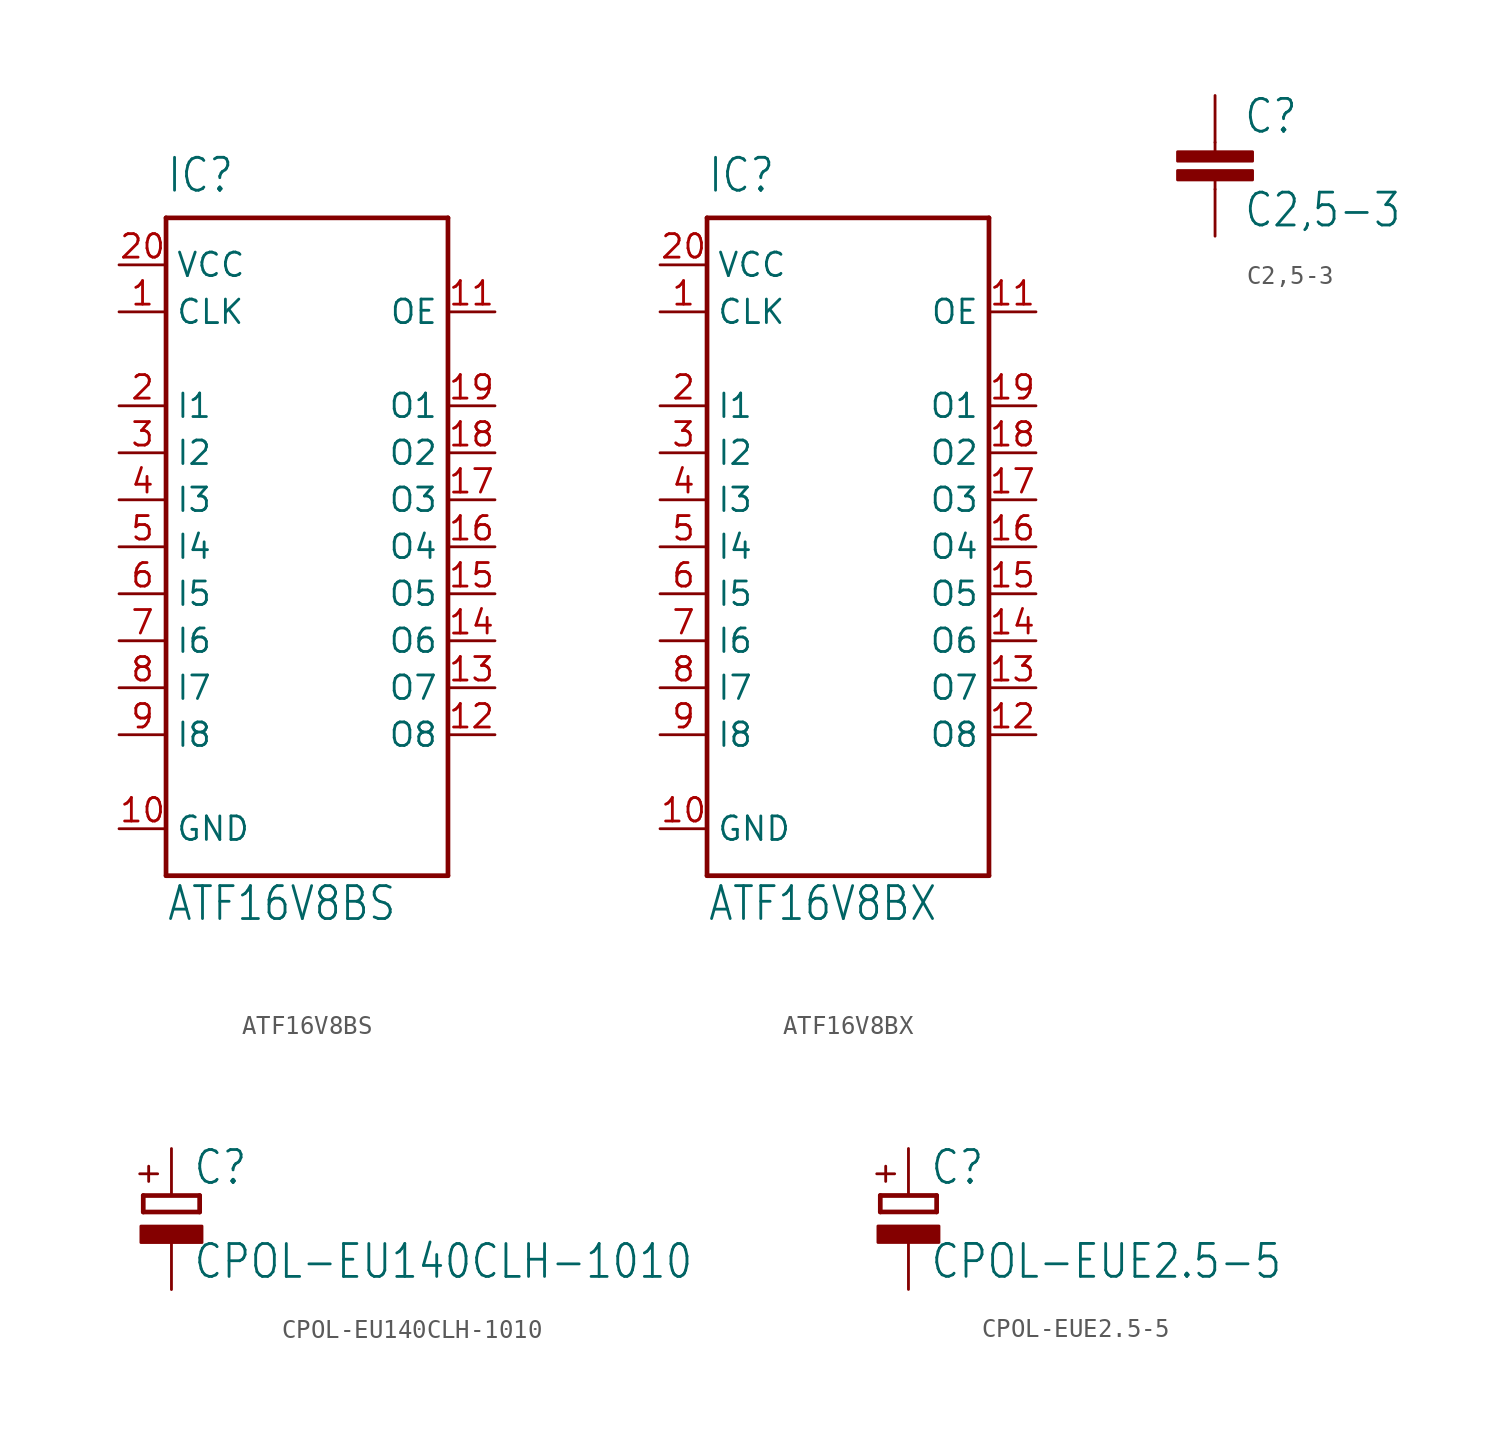
<source format=kicad_sym>
(kicad_symbol_lib
  (version 20220914)
  (generator kicad_symbol_editor)
  (symbol "ATF16V8BS"
    (property "Reference" "IC"
      (at -7.62 19.05 0)
      (effects (font (size 1.778 1.511)) (justify left bottom)))
    (property "Value" "ATF16V8BS"
      (at -7.62 -20.32 0)
      (effects (font (size 1.778 1.511)) (justify left bottom)))
    (property "ki_locked" ""
      (at 0 0 0)
      (effects (font (size 1.27 1.27))))
    (symbol "ATF16V8BS_1_0"
      (polyline (pts (xy -7.62 -17.78) (xy -7.62 17.78)) (stroke (width 0.254) (type default)) (fill (type none)))
      (polyline (pts (xy -7.62 17.78) (xy 7.62 17.78)) (stroke (width 0.254) (type default)) (fill (type none)))
      (polyline (pts (xy 7.62 -17.78) (xy -7.62 -17.78)) (stroke (width 0.254) (type default)) (fill (type none)))
      (polyline (pts (xy 7.62 17.78) (xy 7.62 -17.78)) (stroke (width 0.254) (type default)) (fill (type none)))
      (pin input line (at -10.16 12.7 0) (length 2.54) (name "CLK" (effects (font (size 1.27 1.27)))) (number "1" (effects (font (size 1.27 1.27)))))
      (pin power_in line (at -10.16 -15.24 0) (length 2.54) (name "GND" (effects (font (size 1.27 1.27)))) (number "10" (effects (font (size 1.27 1.27)))))
      (pin input line (at 10.16 12.7 180) (length 2.54) (name "OE" (effects (font (size 1.27 1.27)))) (number "11" (effects (font (size 1.27 1.27)))))
      (pin output line (at 10.16 -10.16 180) (length 2.54) (name "O8" (effects (font (size 1.27 1.27)))) (number "12" (effects (font (size 1.27 1.27)))))
      (pin output line (at 10.16 -7.62 180) (length 2.54) (name "O7" (effects (font (size 1.27 1.27)))) (number "13" (effects (font (size 1.27 1.27)))))
      (pin output line (at 10.16 -5.08 180) (length 2.54) (name "O6" (effects (font (size 1.27 1.27)))) (number "14" (effects (font (size 1.27 1.27)))))
      (pin output line (at 10.16 -2.54 180) (length 2.54) (name "O5" (effects (font (size 1.27 1.27)))) (number "15" (effects (font (size 1.27 1.27)))))
      (pin output line (at 10.16 0 180) (length 2.54) (name "O4" (effects (font (size 1.27 1.27)))) (number "16" (effects (font (size 1.27 1.27)))))
      (pin output line (at 10.16 2.54 180) (length 2.54) (name "O3" (effects (font (size 1.27 1.27)))) (number "17" (effects (font (size 1.27 1.27)))))
      (pin output line (at 10.16 5.08 180) (length 2.54) (name "O2" (effects (font (size 1.27 1.27)))) (number "18" (effects (font (size 1.27 1.27)))))
      (pin output line (at 10.16 7.62 180) (length 2.54) (name "O1" (effects (font (size 1.27 1.27)))) (number "19" (effects (font (size 1.27 1.27)))))
      (pin input line (at -10.16 7.62 0) (length 2.54) (name "I1" (effects (font (size 1.27 1.27)))) (number "2" (effects (font (size 1.27 1.27)))))
      (pin power_in line (at -10.16 15.24 0) (length 2.54) (name "VCC" (effects (font (size 1.27 1.27)))) (number "20" (effects (font (size 1.27 1.27)))))
      (pin input line (at -10.16 5.08 0) (length 2.54) (name "I2" (effects (font (size 1.27 1.27)))) (number "3" (effects (font (size 1.27 1.27)))))
      (pin input line (at -10.16 2.54 0) (length 2.54) (name "I3" (effects (font (size 1.27 1.27)))) (number "4" (effects (font (size 1.27 1.27)))))
      (pin input line (at -10.16 0 0) (length 2.54) (name "I4" (effects (font (size 1.27 1.27)))) (number "5" (effects (font (size 1.27 1.27)))))
      (pin input line (at -10.16 -2.54 0) (length 2.54) (name "I5" (effects (font (size 1.27 1.27)))) (number "6" (effects (font (size 1.27 1.27)))))
      (pin input line (at -10.16 -5.08 0) (length 2.54) (name "I6" (effects (font (size 1.27 1.27)))) (number "7" (effects (font (size 1.27 1.27)))))
      (pin input line (at -10.16 -7.62 0) (length 2.54) (name "I7" (effects (font (size 1.27 1.27)))) (number "8" (effects (font (size 1.27 1.27)))))
      (pin input line (at -10.16 -10.16 0) (length 2.54) (name "I8" (effects (font (size 1.27 1.27)))) (number "9" (effects (font (size 1.27 1.27)))))))
  (symbol "ATF16V8BX"
    (property "Reference" "IC"
      (at -7.62 19.05 0)
      (effects (font (size 1.778 1.511)) (justify left bottom)))
    (property "Value" "ATF16V8BX"
      (at -7.62 -20.32 0)
      (effects (font (size 1.778 1.511)) (justify left bottom)))
    (property "ki_locked" ""
      (at 0 0 0)
      (effects (font (size 1.27 1.27))))
    (symbol "ATF16V8BX_1_0"
      (polyline (pts (xy -7.62 -17.78) (xy -7.62 17.78)) (stroke (width 0.254) (type default)) (fill (type none)))
      (polyline (pts (xy -7.62 17.78) (xy 7.62 17.78)) (stroke (width 0.254) (type default)) (fill (type none)))
      (polyline (pts (xy 7.62 -17.78) (xy -7.62 -17.78)) (stroke (width 0.254) (type default)) (fill (type none)))
      (polyline (pts (xy 7.62 17.78) (xy 7.62 -17.78)) (stroke (width 0.254) (type default)) (fill (type none)))
      (pin input line (at -10.16 12.7 0) (length 2.54) (name "CLK" (effects (font (size 1.27 1.27)))) (number "1" (effects (font (size 1.27 1.27)))))
      (pin power_in line (at -10.16 -15.24 0) (length 2.54) (name "GND" (effects (font (size 1.27 1.27)))) (number "10" (effects (font (size 1.27 1.27)))))
      (pin input line (at 10.16 12.7 180) (length 2.54) (name "OE" (effects (font (size 1.27 1.27)))) (number "11" (effects (font (size 1.27 1.27)))))
      (pin output line (at 10.16 -10.16 180) (length 2.54) (name "O8" (effects (font (size 1.27 1.27)))) (number "12" (effects (font (size 1.27 1.27)))))
      (pin output line (at 10.16 -7.62 180) (length 2.54) (name "O7" (effects (font (size 1.27 1.27)))) (number "13" (effects (font (size 1.27 1.27)))))
      (pin output line (at 10.16 -5.08 180) (length 2.54) (name "O6" (effects (font (size 1.27 1.27)))) (number "14" (effects (font (size 1.27 1.27)))))
      (pin output line (at 10.16 -2.54 180) (length 2.54) (name "O5" (effects (font (size 1.27 1.27)))) (number "15" (effects (font (size 1.27 1.27)))))
      (pin output line (at 10.16 0 180) (length 2.54) (name "O4" (effects (font (size 1.27 1.27)))) (number "16" (effects (font (size 1.27 1.27)))))
      (pin output line (at 10.16 2.54 180) (length 2.54) (name "O3" (effects (font (size 1.27 1.27)))) (number "17" (effects (font (size 1.27 1.27)))))
      (pin output line (at 10.16 5.08 180) (length 2.54) (name "O2" (effects (font (size 1.27 1.27)))) (number "18" (effects (font (size 1.27 1.27)))))
      (pin output line (at 10.16 7.62 180) (length 2.54) (name "O1" (effects (font (size 1.27 1.27)))) (number "19" (effects (font (size 1.27 1.27)))))
      (pin input line (at -10.16 7.62 0) (length 2.54) (name "I1" (effects (font (size 1.27 1.27)))) (number "2" (effects (font (size 1.27 1.27)))))
      (pin power_in line (at -10.16 15.24 0) (length 2.54) (name "VCC" (effects (font (size 1.27 1.27)))) (number "20" (effects (font (size 1.27 1.27)))))
      (pin input line (at -10.16 5.08 0) (length 2.54) (name "I2" (effects (font (size 1.27 1.27)))) (number "3" (effects (font (size 1.27 1.27)))))
      (pin input line (at -10.16 2.54 0) (length 2.54) (name "I3" (effects (font (size 1.27 1.27)))) (number "4" (effects (font (size 1.27 1.27)))))
      (pin input line (at -10.16 0 0) (length 2.54) (name "I4" (effects (font (size 1.27 1.27)))) (number "5" (effects (font (size 1.27 1.27)))))
      (pin input line (at -10.16 -2.54 0) (length 2.54) (name "I5" (effects (font (size 1.27 1.27)))) (number "6" (effects (font (size 1.27 1.27)))))
      (pin input line (at -10.16 -5.08 0) (length 2.54) (name "I6" (effects (font (size 1.27 1.27)))) (number "7" (effects (font (size 1.27 1.27)))))
      (pin input line (at -10.16 -7.62 0) (length 2.54) (name "I7" (effects (font (size 1.27 1.27)))) (number "8" (effects (font (size 1.27 1.27)))))
      (pin input line (at -10.16 -10.16 0) (length 2.54) (name "I8" (effects (font (size 1.27 1.27)))) (number "9" (effects (font (size 1.27 1.27)))))))
  (symbol "C2,5-3"
    (property "Reference" "C"
      (at 1.524 0.381 0)
      (effects (font (size 1.778 1.511)) (justify left bottom)))
    (property "Value" "C2,5-3"
      (at 1.524 -4.699 0)
      (effects (font (size 1.778 1.511)) (justify left bottom)))
    (property "ki_locked" ""
      (at 0 0 0)
      (effects (font (size 1.27 1.27))))
    (symbol "C2,5-3_1_0"
      (rectangle (start -2.032 -2.032) (end 2.032 -1.524) (stroke (width 0) (type default)) (fill (type outline)))
      (rectangle (start -2.032 -1.016) (end 2.032 -0.508) (stroke (width 0) (type default)) (fill (type outline)))
      (polyline (pts (xy 0 -2.54) (xy 0 -2.032)) (stroke (width 0.152) (type default)) (fill (type none)))
      (polyline (pts (xy 0 0) (xy 0 -0.508)) (stroke (width 0.152) (type default)) (fill (type none)))
      (pin passive line (at 0 2.54 270) (length 2.54) (name "1" (effects (font (size 0 0)))) (number "1" (effects (font (size 0 0)))))
      (pin passive line (at 0 -5.08 90) (length 2.54) (name "2" (effects (font (size 0 0)))) (number "2" (effects (font (size 0 0)))))))
  (symbol "CPOL-EU140CLH-1010"
    (property "Reference" "C"
      (at 1.143 0.483 0)
      (effects (font (size 1.778 1.511)) (justify left bottom)))
    (property "Value" "CPOL-EU140CLH-1010"
      (at 1.143 -4.597 0)
      (effects (font (size 1.778 1.511)) (justify left bottom)))
    (property "ki_locked" ""
      (at 0 0 0)
      (effects (font (size 1.27 1.27))))
    (symbol "CPOL-EU140CLH-1010_1_0"
      (rectangle (start -1.651 -2.54) (end 1.651 -1.651) (stroke (width 0) (type default)) (fill (type outline)))
      (polyline (pts (xy -1.524 -0.889) (xy 1.524 -0.889)) (stroke (width 0.254) (type default)) (fill (type none)))
      (polyline (pts (xy -1.524 0) (xy -1.524 -0.889)) (stroke (width 0.254) (type default)) (fill (type none)))
      (polyline (pts (xy -1.524 0) (xy 1.524 0)) (stroke (width 0.254) (type default)) (fill (type none)))
      (polyline (pts (xy 1.524 -0.889) (xy 1.524 0)) (stroke (width 0.254) (type default)) (fill (type none)))
      (text "+" (at -0.584 0.406 900) (effects (font (size 1.27 1.079)) (justify left bottom)))
      (pin passive line (at 0 2.54 270) (length 2.54) (name "+" (effects (font (size 0 0)))) (number "+" (effects (font (size 0 0)))))
      (pin passive line (at 0 -5.08 90) (length 2.54) (name "-" (effects (font (size 0 0)))) (number "-" (effects (font (size 0 0)))))))
  (symbol "CPOL-EUE2.5-5"
    (property "Reference" "C"
      (at 1.143 0.483 0)
      (effects (font (size 1.778 1.511)) (justify left bottom)))
    (property "Value" "CPOL-EUE2.5-5"
      (at 1.143 -4.597 0)
      (effects (font (size 1.778 1.511)) (justify left bottom)))
    (property "ki_locked" ""
      (at 0 0 0)
      (effects (font (size 1.27 1.27))))
    (symbol "CPOL-EUE2.5-5_1_0"
      (rectangle (start -1.651 -2.54) (end 1.651 -1.651) (stroke (width 0) (type default)) (fill (type outline)))
      (polyline (pts (xy -1.524 -0.889) (xy 1.524 -0.889)) (stroke (width 0.254) (type default)) (fill (type none)))
      (polyline (pts (xy -1.524 0) (xy -1.524 -0.889)) (stroke (width 0.254) (type default)) (fill (type none)))
      (polyline (pts (xy -1.524 0) (xy 1.524 0)) (stroke (width 0.254) (type default)) (fill (type none)))
      (polyline (pts (xy 1.524 -0.889) (xy 1.524 0)) (stroke (width 0.254) (type default)) (fill (type none)))
      (text "+" (at -0.584 0.406 900) (effects (font (size 1.27 1.079)) (justify left bottom)))
      (pin passive line (at 0 2.54 270) (length 2.54) (name "+" (effects (font (size 0 0)))) (number "+" (effects (font (size 0 0)))))
      (pin passive line (at 0 -5.08 90) (length 2.54) (name "-" (effects (font (size 0 0)))) (number "-" (effects (font (size 0 0))))))))
</source>
